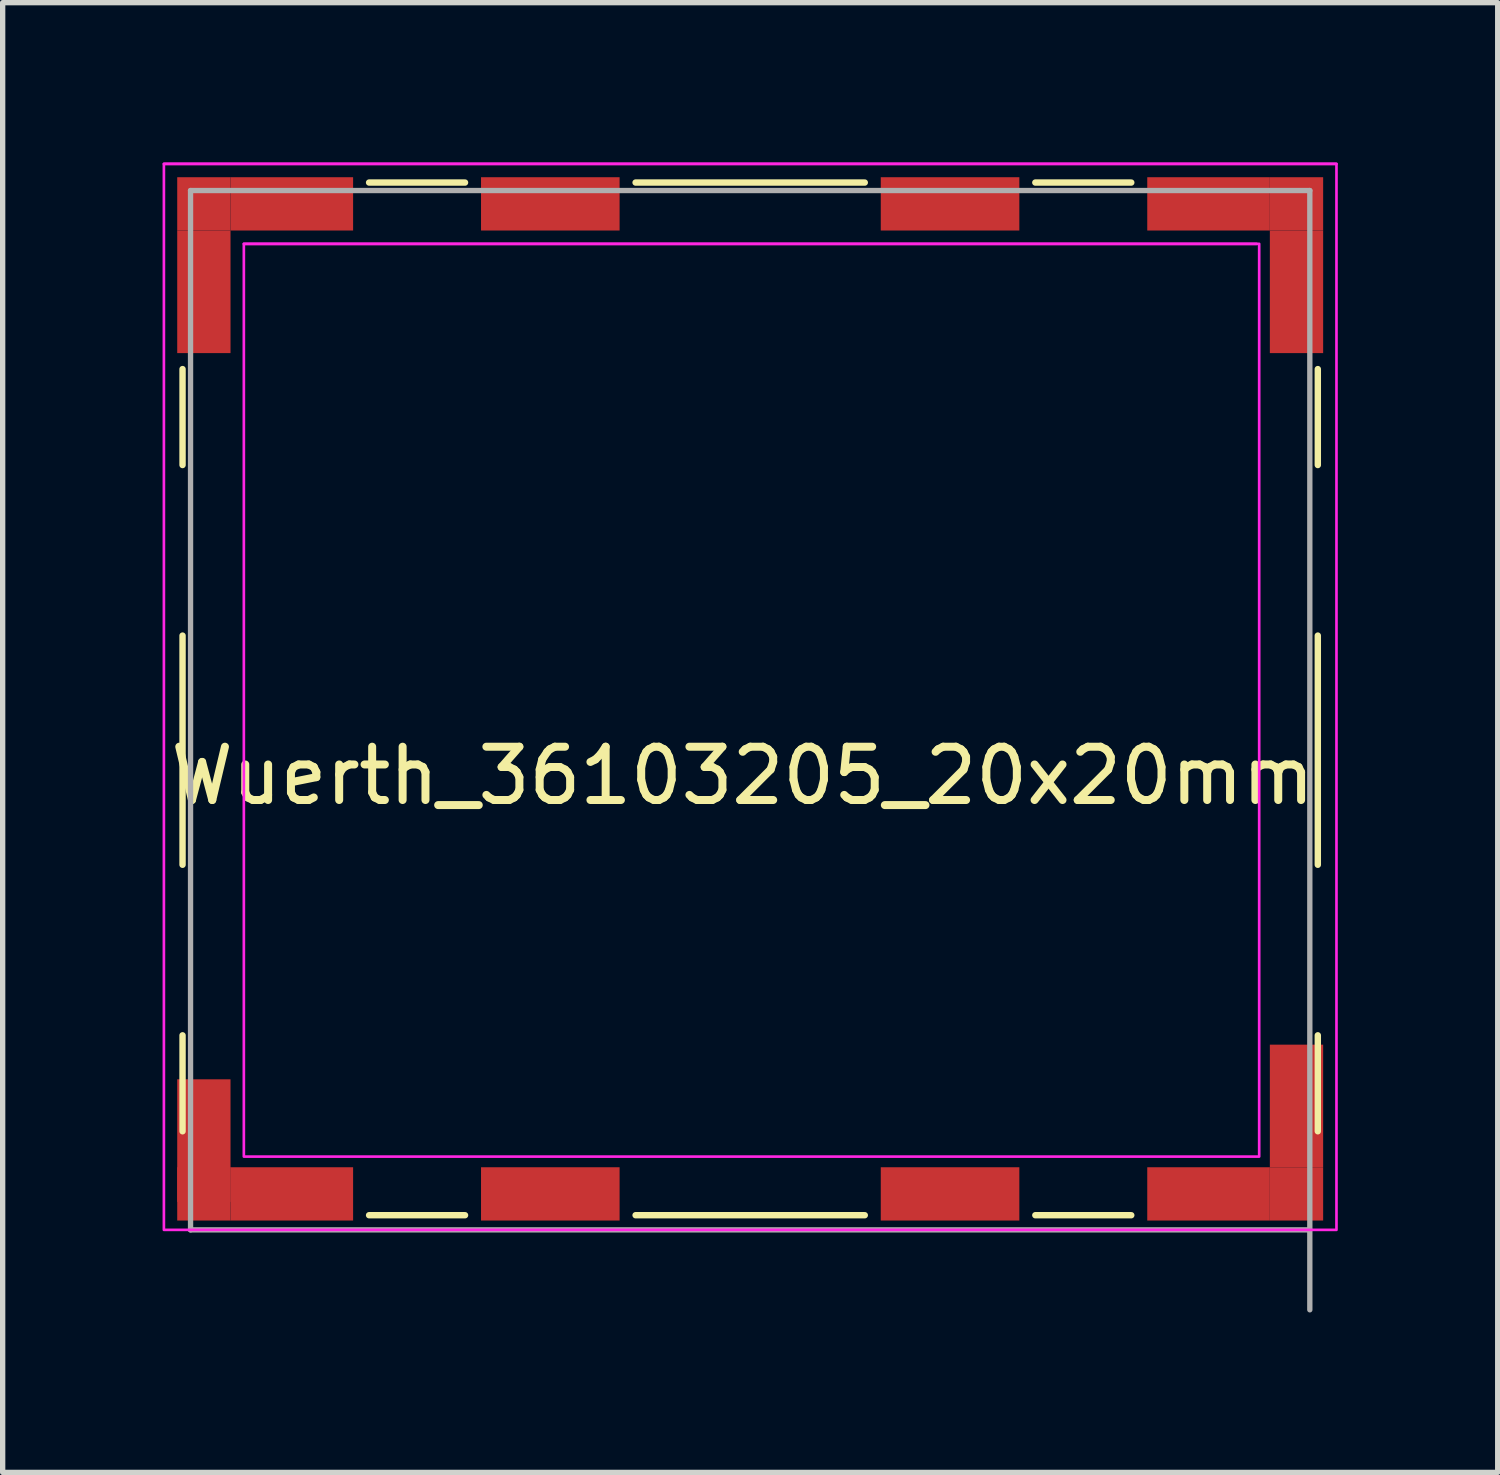
<source format=kicad_pcb>
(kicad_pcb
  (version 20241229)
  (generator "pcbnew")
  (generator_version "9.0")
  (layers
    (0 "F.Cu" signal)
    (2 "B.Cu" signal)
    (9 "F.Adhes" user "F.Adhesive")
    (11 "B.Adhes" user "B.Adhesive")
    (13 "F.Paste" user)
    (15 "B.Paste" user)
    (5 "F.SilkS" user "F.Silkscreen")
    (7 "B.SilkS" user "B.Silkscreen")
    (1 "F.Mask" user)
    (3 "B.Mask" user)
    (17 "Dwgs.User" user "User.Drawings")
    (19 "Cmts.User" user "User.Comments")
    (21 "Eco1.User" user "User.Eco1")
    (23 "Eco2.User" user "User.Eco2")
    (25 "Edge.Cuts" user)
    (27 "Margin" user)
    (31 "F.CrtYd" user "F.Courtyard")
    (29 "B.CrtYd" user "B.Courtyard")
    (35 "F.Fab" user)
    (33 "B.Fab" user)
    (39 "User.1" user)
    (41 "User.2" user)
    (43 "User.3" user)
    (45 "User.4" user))
  (footprint "Wuerth_36103205_20x20mm"
    (layer "F.Cu")
    (at 11.025 11.025)
    (property "Reference" "Wuerth_36103205_20x20mm" (at -0.14 0.48 0) (layer "F.SilkS") (effects (font (size 1 1) (thickness 0.15))))
    (attr smd)
    (fp_line (start -10.65 -7.15) (end -10.65 -5.35) (stroke (width 0.12) (type solid)) (layer "F.SilkS"))
    (fp_line (start -10.65 -2.15) (end -10.65 2.15) (stroke (width 0.12) (type solid)) (layer "F.SilkS"))
    (fp_line (start -10.65 5.35) (end -10.65 7.15) (stroke (width 0.12) (type solid)) (layer "F.SilkS"))
    (fp_line (start -7.15 -10.65) (end -5.35 -10.65) (stroke (width 0.12) (type solid)) (layer "F.SilkS"))
    (fp_line (start -7.15 8.725) (end -5.35 8.725) (stroke (width 0.12) (type solid)) (layer "F.SilkS"))
    (fp_line (start -2.15 -10.65) (end 2.15 -10.65) (stroke (width 0.12) (type solid)) (layer "F.SilkS"))
    (fp_line (start -2.15 8.725) (end 2.15 8.725) (stroke (width 0.12) (type solid)) (layer "F.SilkS"))
    (fp_line (start 5.35 -10.65) (end 7.15 -10.65) (stroke (width 0.12) (type solid)) (layer "F.SilkS"))
    (fp_line (start 5.35 8.725) (end 7.15 8.725) (stroke (width 0.12) (type solid)) (layer "F.SilkS"))
    (fp_line (start 10.65 -7.15) (end 10.65 -5.35) (stroke (width 0.12) (type solid)) (layer "F.SilkS"))
    (fp_line (start 10.65 -2.15) (end 10.65 2.15) (stroke (width 0.12) (type solid)) (layer "F.SilkS"))
    (fp_line (start 10.65 5.35) (end 10.65 7.15) (stroke (width 0.12) (type solid)) (layer "F.SilkS"))
    (fp_line (start 9.5 -9.5) (end -9.5 -9.5) (stroke (width 0.05) (type solid)) (layer "F.CrtYd"))
    (fp_line (start 11 -11) (end -11 -11) (stroke (width 0.05) (type solid)) (layer "F.CrtYd"))
    (fp_rect (start -11 -11) (end 11 9) (stroke (width 0.05) (type default)) (fill no) (layer "F.CrtYd"))
    (fp_rect (start -9.5 -9.5) (end 9.55 7.625) (stroke (width 0.05) (type default)) (fill no) (layer "F.CrtYd"))
    (fp_line (start -10.5 -10.5) (end -10.5 9) (stroke (width 0.1) (type solid)) (layer "F.Fab"))
    (fp_line (start -10.5 9) (end 10.5 9) (stroke (width 0.1) (type solid)) (layer "F.Fab"))
    (fp_line (start 10.5 -10.5) (end -10.5 -10.5) (stroke (width 0.1) (type solid)) (layer "F.Fab"))
    (fp_line (start 10.5 10.5) (end 10.5 -10.5) (stroke (width 0.1) (type solid)) (layer "F.Fab"))
    (pad "1" smd rect (at -10.25 -10.25) (size 1 1) (layers "F.Cu" "F.Mask" "F.Paste"))
    (pad "1" smd rect (at -10.25 -8.6) (size 1 2.3) (layers "F.Cu" "F.Mask" "F.Paste"))
    (pad "1" smd rect (at -10.25 7.325) (size 1 2.3) (layers "F.Cu" "F.Mask" "F.Paste"))
    (pad "1" smd rect (at -10.25 8.325) (size 1 1) (layers "F.Cu" "F.Mask" "F.Paste"))
    (pad "1" smd rect (at -8.6 -10.25) (size 2.3 1) (layers "F.Cu" "F.Mask" "F.Paste"))
    (pad "1" smd rect (at -8.6 8.325) (size 2.3 1) (layers "F.Cu" "F.Mask" "F.Paste"))
    (pad "1" smd rect (at -3.75 -10.25) (size 2.6 1) (layers "F.Cu" "F.Mask" "F.Paste"))
    (pad "1" smd rect (at -3.75 8.325) (size 2.6 1) (layers "F.Cu" "F.Mask" "F.Paste"))
    (pad "1" smd rect (at 3.75 -10.25) (size 2.6 1) (layers "F.Cu" "F.Mask" "F.Paste"))
    (pad "1" smd rect (at 3.75 8.325) (size 2.6 1) (layers "F.Cu" "F.Mask" "F.Paste"))
    (pad "1" smd rect (at 8.6 -10.25) (size 2.3 1) (layers "F.Cu" "F.Mask" "F.Paste"))
    (pad "1" smd rect (at 8.6 8.325) (size 2.3 1) (layers "F.Cu" "F.Mask" "F.Paste"))
    (pad "1" smd rect (at 10.25 -10.25) (size 1 1) (layers "F.Cu" "F.Mask" "F.Paste"))
    (pad "1" smd rect (at 10.25 -8.6) (size 1 2.3) (layers "F.Cu" "F.Mask" "F.Paste"))
    (pad "1" smd rect (at 10.25 6.675) (size 1 2.3) (layers "F.Cu" "F.Mask" "F.Paste"))
    (pad "1" smd rect (at 10.25 8.325) (size 1 1) (layers "F.Cu" "F.Mask" "F.Paste")))
  (gr_rect
    (start -3 -3)
    (end 25.05 24.575)
    (stroke (width 0.1) (type default))
    (fill no)
    (layer "Edge.Cuts")))
</source>
